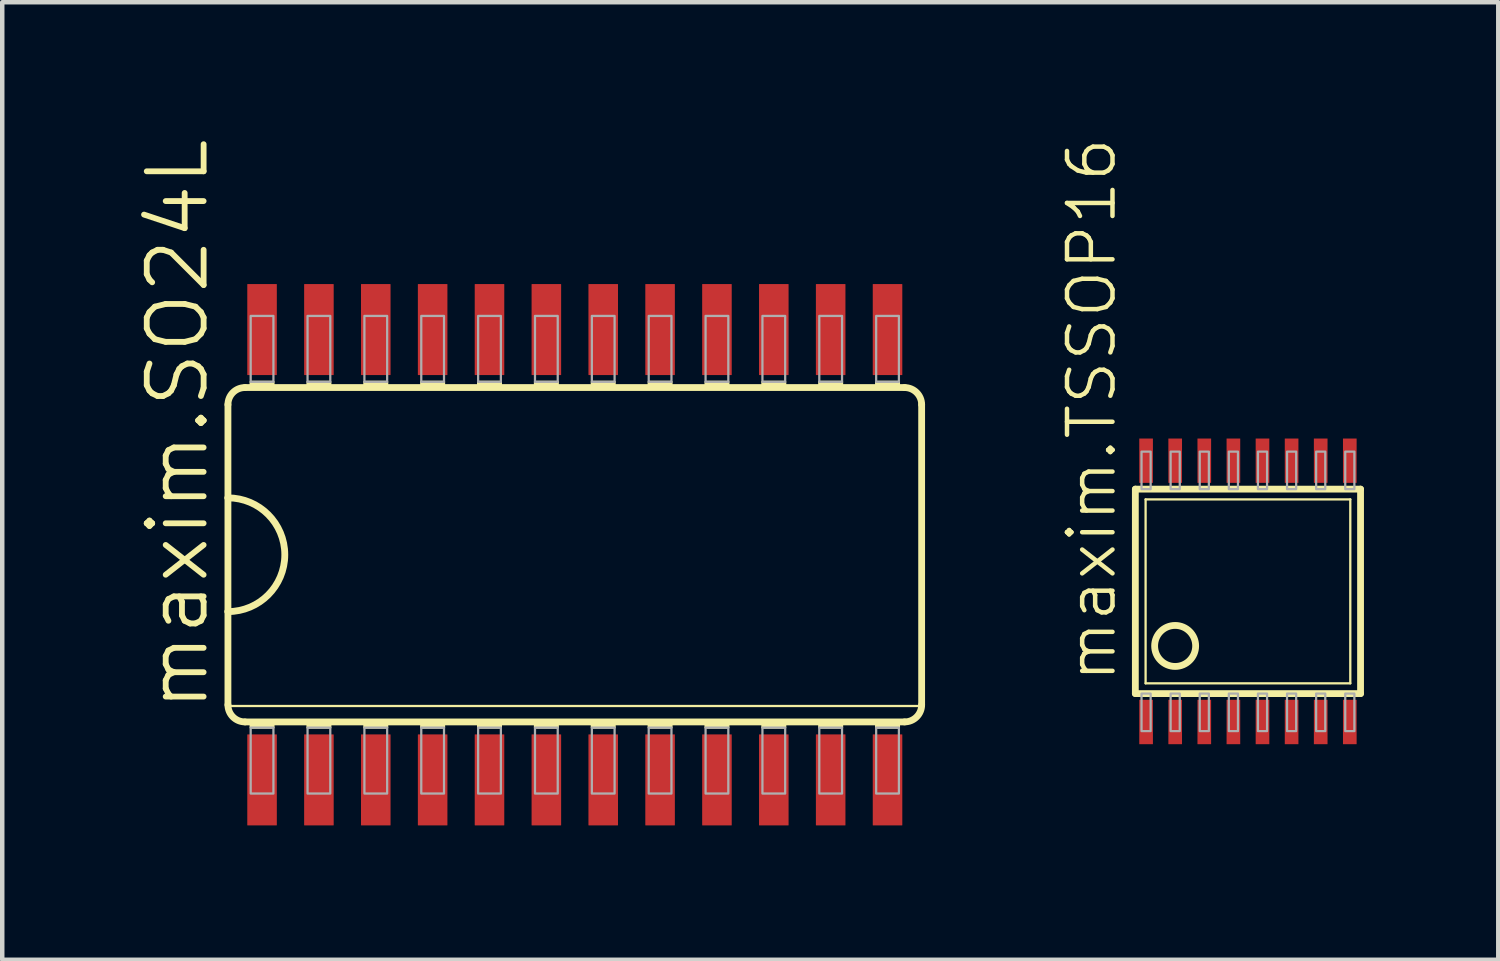
<source format=kicad_pcb>
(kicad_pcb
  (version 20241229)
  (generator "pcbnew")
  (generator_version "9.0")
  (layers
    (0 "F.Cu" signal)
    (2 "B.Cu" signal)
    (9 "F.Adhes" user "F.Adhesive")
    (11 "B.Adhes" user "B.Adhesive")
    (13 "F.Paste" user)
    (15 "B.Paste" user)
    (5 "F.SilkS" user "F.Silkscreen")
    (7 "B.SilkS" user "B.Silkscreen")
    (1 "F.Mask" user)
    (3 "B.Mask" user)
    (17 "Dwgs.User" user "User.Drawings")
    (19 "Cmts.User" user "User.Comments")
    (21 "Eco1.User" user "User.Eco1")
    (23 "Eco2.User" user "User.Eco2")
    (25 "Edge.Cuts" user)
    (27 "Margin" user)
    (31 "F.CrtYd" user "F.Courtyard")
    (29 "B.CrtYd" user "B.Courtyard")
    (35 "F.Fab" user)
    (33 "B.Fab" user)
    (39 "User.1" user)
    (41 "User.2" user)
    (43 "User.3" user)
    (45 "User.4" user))
  (footprint "maxim.SO24L"
    (layer "F.Cu")
    (at 9.788 9.34)
    (property "Reference" "maxim.SO24L" (at -8.128 3.556 90) (layer "F.SilkS") (effects (font (size 1.27 1.27) (thickness 0.13)) (justify left bottom)))
    (attr smd)
    (fp_line (start -7.747 -3.353) (end -7.747 -1.27) (stroke (width 0.152) (type default)) (layer "F.SilkS"))
    (fp_line (start -7.747 -1.27) (end -7.747 1.27) (stroke (width 0.152) (type default)) (layer "F.SilkS"))
    (fp_line (start -7.747 1.27) (end -7.747 3.353) (stroke (width 0.152) (type default)) (layer "F.SilkS"))
    (fp_line (start -7.747 3.378) (end 7.747 3.378) (stroke (width 0.051) (type default)) (layer "F.SilkS"))
    (fp_line (start -7.366 3.734) (end 7.366 3.734) (stroke (width 0.152) (type default)) (layer "F.SilkS"))
    (fp_line (start 7.366 -3.734) (end -7.366 -3.734) (stroke (width 0.152) (type default)) (layer "F.SilkS"))
    (fp_line (start 7.747 3.353) (end 7.747 -3.353) (stroke (width 0.152) (type default)) (layer "F.SilkS"))
    (fp_rect (start -7.239 -3.734) (end -6.731 -3.861) (stroke (width 0.05) (type default)) (fill yes) (layer "F.SilkS"))
    (fp_rect (start -7.239 3.861) (end -6.731 3.734) (stroke (width 0.05) (type default)) (fill yes) (layer "F.SilkS"))
    (fp_rect (start -5.969 -3.734) (end -5.461 -3.861) (stroke (width 0.05) (type default)) (fill yes) (layer "F.SilkS"))
    (fp_rect (start -5.969 3.861) (end -5.461 3.734) (stroke (width 0.05) (type default)) (fill yes) (layer "F.SilkS"))
    (fp_rect (start -4.699 -3.734) (end -4.191 -3.861) (stroke (width 0.05) (type default)) (fill yes) (layer "F.SilkS"))
    (fp_rect (start -4.699 3.861) (end -4.191 3.734) (stroke (width 0.05) (type default)) (fill yes) (layer "F.SilkS"))
    (fp_rect (start -3.429 -3.734) (end -2.921 -3.861) (stroke (width 0.05) (type default)) (fill yes) (layer "F.SilkS"))
    (fp_rect (start -3.429 3.861) (end -2.921 3.734) (stroke (width 0.05) (type default)) (fill yes) (layer "F.SilkS"))
    (fp_rect (start -2.159 -3.734) (end -1.651 -3.861) (stroke (width 0.05) (type default)) (fill yes) (layer "F.SilkS"))
    (fp_rect (start -2.159 3.861) (end -1.651 3.734) (stroke (width 0.05) (type default)) (fill yes) (layer "F.SilkS"))
    (fp_rect (start -0.889 -3.734) (end -0.381 -3.861) (stroke (width 0.05) (type default)) (fill yes) (layer "F.SilkS"))
    (fp_rect (start -0.889 3.861) (end -0.381 3.734) (stroke (width 0.05) (type default)) (fill yes) (layer "F.SilkS"))
    (fp_rect (start 0.381 -3.734) (end 0.889 -3.861) (stroke (width 0.05) (type default)) (fill yes) (layer "F.SilkS"))
    (fp_rect (start 0.381 3.861) (end 0.889 3.734) (stroke (width 0.05) (type default)) (fill yes) (layer "F.SilkS"))
    (fp_rect (start 1.651 -3.734) (end 2.159 -3.861) (stroke (width 0.05) (type default)) (fill yes) (layer "F.SilkS"))
    (fp_rect (start 1.651 3.861) (end 2.159 3.734) (stroke (width 0.05) (type default)) (fill yes) (layer "F.SilkS"))
    (fp_rect (start 2.921 -3.734) (end 3.429 -3.861) (stroke (width 0.05) (type default)) (fill yes) (layer "F.SilkS"))
    (fp_rect (start 2.921 3.861) (end 3.429 3.734) (stroke (width 0.05) (type default)) (fill yes) (layer "F.SilkS"))
    (fp_rect (start 4.191 -3.734) (end 4.699 -3.861) (stroke (width 0.05) (type default)) (fill yes) (layer "F.SilkS"))
    (fp_rect (start 4.191 3.861) (end 4.699 3.734) (stroke (width 0.05) (type default)) (fill yes) (layer "F.SilkS"))
    (fp_rect (start 5.461 -3.734) (end 5.969 -3.861) (stroke (width 0.05) (type default)) (fill yes) (layer "F.SilkS"))
    (fp_rect (start 5.461 3.861) (end 5.969 3.734) (stroke (width 0.05) (type default)) (fill yes) (layer "F.SilkS"))
    (fp_rect (start 6.731 -3.734) (end 7.239 -3.861) (stroke (width 0.05) (type default)) (fill yes) (layer "F.SilkS"))
    (fp_rect (start 6.731 3.861) (end 7.239 3.734) (stroke (width 0.05) (type default)) (fill yes) (layer "F.SilkS"))
    (fp_arc (start -7.747 -3.3528) (mid -7.635408 -3.622208) (end -7.366 -3.7338) (stroke (width 0.1524) (type default)) (layer "F.SilkS"))
    (fp_arc (start -7.747 -1.27) (mid -6.477 0) (end -7.747 1.27) (stroke (width 0.1524) (type default)) (layer "F.SilkS"))
    (fp_arc (start -7.366 3.7338) (mid -7.635408 3.622208) (end -7.747 3.3528) (stroke (width 0.1524) (type default)) (layer "F.SilkS"))
    (fp_arc (start 7.366 -3.7338) (mid 7.635408 -3.622208) (end 7.747 -3.3528) (stroke (width 0.1524) (type default)) (layer "F.SilkS"))
    (fp_arc (start 7.747 3.3528) (mid 7.635408 3.622208) (end 7.366 3.7338) (stroke (width 0.1524) (type default)) (layer "F.SilkS"))
    (fp_rect (start -7.239 -3.861) (end -6.731 -5.334) (stroke (width 0.05) (type default)) (fill no) (layer "F.Fab"))
    (fp_rect (start -7.239 5.334) (end -6.731 3.861) (stroke (width 0.05) (type default)) (fill no) (layer "F.Fab"))
    (fp_rect (start -5.969 -3.861) (end -5.461 -5.334) (stroke (width 0.05) (type default)) (fill no) (layer "F.Fab"))
    (fp_rect (start -5.969 5.334) (end -5.461 3.861) (stroke (width 0.05) (type default)) (fill no) (layer "F.Fab"))
    (fp_rect (start -4.699 -3.861) (end -4.191 -5.334) (stroke (width 0.05) (type default)) (fill no) (layer "F.Fab"))
    (fp_rect (start -4.699 5.334) (end -4.191 3.861) (stroke (width 0.05) (type default)) (fill no) (layer "F.Fab"))
    (fp_rect (start -3.429 -3.861) (end -2.921 -5.334) (stroke (width 0.05) (type default)) (fill no) (layer "F.Fab"))
    (fp_rect (start -3.429 5.334) (end -2.921 3.861) (stroke (width 0.05) (type default)) (fill no) (layer "F.Fab"))
    (fp_rect (start -2.159 -3.861) (end -1.651 -5.334) (stroke (width 0.05) (type default)) (fill no) (layer "F.Fab"))
    (fp_rect (start -2.159 5.334) (end -1.651 3.861) (stroke (width 0.05) (type default)) (fill no) (layer "F.Fab"))
    (fp_rect (start -0.889 -3.861) (end -0.381 -5.334) (stroke (width 0.05) (type default)) (fill no) (layer "F.Fab"))
    (fp_rect (start -0.889 5.334) (end -0.381 3.861) (stroke (width 0.05) (type default)) (fill no) (layer "F.Fab"))
    (fp_rect (start 0.381 -3.861) (end 0.889 -5.334) (stroke (width 0.05) (type default)) (fill no) (layer "F.Fab"))
    (fp_rect (start 0.381 5.334) (end 0.889 3.861) (stroke (width 0.05) (type default)) (fill no) (layer "F.Fab"))
    (fp_rect (start 1.651 -3.861) (end 2.159 -5.334) (stroke (width 0.05) (type default)) (fill no) (layer "F.Fab"))
    (fp_rect (start 1.651 5.334) (end 2.159 3.861) (stroke (width 0.05) (type default)) (fill no) (layer "F.Fab"))
    (fp_rect (start 2.921 -3.861) (end 3.429 -5.334) (stroke (width 0.05) (type default)) (fill no) (layer "F.Fab"))
    (fp_rect (start 2.921 5.334) (end 3.429 3.861) (stroke (width 0.05) (type default)) (fill no) (layer "F.Fab"))
    (fp_rect (start 4.191 -3.861) (end 4.699 -5.334) (stroke (width 0.05) (type default)) (fill no) (layer "F.Fab"))
    (fp_rect (start 4.191 5.334) (end 4.699 3.861) (stroke (width 0.05) (type default)) (fill no) (layer "F.Fab"))
    (fp_rect (start 5.461 -3.861) (end 5.969 -5.334) (stroke (width 0.05) (type default)) (fill no) (layer "F.Fab"))
    (fp_rect (start 5.461 5.334) (end 5.969 3.861) (stroke (width 0.05) (type default)) (fill no) (layer "F.Fab"))
    (fp_rect (start 6.731 -3.861) (end 7.239 -5.334) (stroke (width 0.05) (type default)) (fill no) (layer "F.Fab"))
    (fp_rect (start 6.731 5.334) (end 7.239 3.861) (stroke (width 0.05) (type default)) (fill no) (layer "F.Fab"))
    (pad "1" smd roundrect (at -6.985 5.029) (size 0.66 2.032) (layers "F.Cu" "F.Mask" "F.Paste") (roundrect_rratio 0.01))
    (pad "2" smd roundrect (at -5.715 5.029) (size 0.66 2.032) (layers "F.Cu" "F.Mask" "F.Paste") (roundrect_rratio 0.01))
    (pad "3" smd roundrect (at -4.445 5.029) (size 0.66 2.032) (layers "F.Cu" "F.Mask" "F.Paste") (roundrect_rratio 0.01))
    (pad "4" smd roundrect (at -3.175 5.029) (size 0.66 2.032) (layers "F.Cu" "F.Mask" "F.Paste") (roundrect_rratio 0.01))
    (pad "5" smd roundrect (at -1.905 5.029) (size 0.66 2.032) (layers "F.Cu" "F.Mask" "F.Paste") (roundrect_rratio 0.01))
    (pad "6" smd roundrect (at -0.635 5.029) (size 0.66 2.032) (layers "F.Cu" "F.Mask" "F.Paste") (roundrect_rratio 0.01))
    (pad "7" smd roundrect (at 0.635 5.029) (size 0.66 2.032) (layers "F.Cu" "F.Mask" "F.Paste") (roundrect_rratio 0.01))
    (pad "8" smd roundrect (at 1.905 5.029) (size 0.66 2.032) (layers "F.Cu" "F.Mask" "F.Paste") (roundrect_rratio 0.01))
    (pad "9" smd roundrect (at 3.175 5.029) (size 0.66 2.032) (layers "F.Cu" "F.Mask" "F.Paste") (roundrect_rratio 0.01))
    (pad "10" smd roundrect (at 4.445 5.029) (size 0.66 2.032) (layers "F.Cu" "F.Mask" "F.Paste") (roundrect_rratio 0.01))
    (pad "11" smd roundrect (at 5.715 5.029) (size 0.66 2.032) (layers "F.Cu" "F.Mask" "F.Paste") (roundrect_rratio 0.01))
    (pad "12" smd roundrect (at 6.985 5.029) (size 0.66 2.032) (layers "F.Cu" "F.Mask" "F.Paste") (roundrect_rratio 0.01))
    (pad "13" smd roundrect (at 6.985 -5.029) (size 0.66 2.032) (layers "F.Cu" "F.Mask" "F.Paste") (roundrect_rratio 0.01))
    (pad "14" smd roundrect (at 5.715 -5.029) (size 0.66 2.032) (layers "F.Cu" "F.Mask" "F.Paste") (roundrect_rratio 0.01))
    (pad "15" smd roundrect (at 4.445 -5.029) (size 0.66 2.032) (layers "F.Cu" "F.Mask" "F.Paste") (roundrect_rratio 0.01))
    (pad "16" smd roundrect (at 3.175 -5.029) (size 0.66 2.032) (layers "F.Cu" "F.Mask" "F.Paste") (roundrect_rratio 0.01))
    (pad "17" smd roundrect (at 1.905 -5.029) (size 0.66 2.032) (layers "F.Cu" "F.Mask" "F.Paste") (roundrect_rratio 0.01))
    (pad "18" smd roundrect (at 0.635 -5.029) (size 0.66 2.032) (layers "F.Cu" "F.Mask" "F.Paste") (roundrect_rratio 0.01))
    (pad "19" smd roundrect (at -0.635 -5.029) (size 0.66 2.032) (layers "F.Cu" "F.Mask" "F.Paste") (roundrect_rratio 0.01))
    (pad "20" smd roundrect (at -1.905 -5.029) (size 0.66 2.032) (layers "F.Cu" "F.Mask" "F.Paste") (roundrect_rratio 0.01))
    (pad "21" smd roundrect (at -3.175 -5.029) (size 0.66 2.032) (layers "F.Cu" "F.Mask" "F.Paste") (roundrect_rratio 0.01))
    (pad "22" smd roundrect (at -4.445 -5.029) (size 0.66 2.032) (layers "F.Cu" "F.Mask" "F.Paste") (roundrect_rratio 0.01))
    (pad "23" smd roundrect (at -5.715 -5.029) (size 0.66 2.032) (layers "F.Cu" "F.Mask" "F.Paste") (roundrect_rratio 0.01))
    (pad "24" smd roundrect (at -6.985 -5.029) (size 0.66 2.032) (layers "F.Cu" "F.Mask" "F.Paste") (roundrect_rratio 0.01)))
  (footprint "maxim.TSSOP16"
    (layer "F.Cu")
    (at 24.823 10.158)
    (property "Reference" "maxim.TSSOP16" (at -2.896 2.083 90) (layer "F.SilkS") (effects (font (size 1.016 1.016) (thickness 0.1)) (justify left bottom)))
    (attr smd)
    (fp_line (start -2.515 2.283) (end -2.515 -2.283) (stroke (width 0.152) (type default)) (layer "F.SilkS"))
    (fp_line (start -2.515 2.283) (end 2.515 2.283) (stroke (width 0.152) (type default)) (layer "F.SilkS"))
    (fp_line (start -2.286 2.054) (end -2.286 -2.054) (stroke (width 0.051) (type default)) (layer "F.SilkS"))
    (fp_line (start -2.286 2.054) (end 2.286 2.054) (stroke (width 0.051) (type default)) (layer "F.SilkS"))
    (fp_line (start 2.286 -2.054) (end -2.286 -2.054) (stroke (width 0.051) (type default)) (layer "F.SilkS"))
    (fp_line (start 2.286 -2.054) (end 2.286 2.054) (stroke (width 0.051) (type default)) (layer "F.SilkS"))
    (fp_line (start 2.515 -2.283) (end -2.515 -2.283) (stroke (width 0.152) (type default)) (layer "F.SilkS"))
    (fp_line (start 2.515 -2.283) (end 2.515 2.283) (stroke (width 0.152) (type default)) (layer "F.SilkS"))
    (fp_circle (center -1.626 1.219) (end -1.168 1.219) (stroke (width 0.152) (type default)) (fill no) (layer "F.SilkS"))
    (fp_rect (start -2.377 -2.283) (end -2.173 -3.121) (stroke (width 0.05) (type default)) (fill no) (layer "F.Fab"))
    (fp_rect (start -2.377 3.121) (end -2.173 2.283) (stroke (width 0.05) (type default)) (fill no) (layer "F.Fab"))
    (fp_rect (start -1.727 -2.283) (end -1.523 -3.121) (stroke (width 0.05) (type default)) (fill no) (layer "F.Fab"))
    (fp_rect (start -1.727 3.121) (end -1.523 2.283) (stroke (width 0.05) (type default)) (fill no) (layer "F.Fab"))
    (fp_rect (start -1.077 -2.283) (end -0.873 -3.121) (stroke (width 0.05) (type default)) (fill no) (layer "F.Fab"))
    (fp_rect (start -1.077 3.121) (end -0.873 2.283) (stroke (width 0.05) (type default)) (fill no) (layer "F.Fab"))
    (fp_rect (start -0.427 -2.283) (end -0.223 -3.121) (stroke (width 0.05) (type default)) (fill no) (layer "F.Fab"))
    (fp_rect (start -0.427 3.121) (end -0.223 2.283) (stroke (width 0.05) (type default)) (fill no) (layer "F.Fab"))
    (fp_rect (start 0.223 -2.283) (end 0.427 -3.121) (stroke (width 0.05) (type default)) (fill no) (layer "F.Fab"))
    (fp_rect (start 0.223 3.121) (end 0.427 2.283) (stroke (width 0.05) (type default)) (fill no) (layer "F.Fab"))
    (fp_rect (start 0.873 -2.283) (end 1.077 -3.121) (stroke (width 0.05) (type default)) (fill no) (layer "F.Fab"))
    (fp_rect (start 0.873 3.121) (end 1.077 2.283) (stroke (width 0.05) (type default)) (fill no) (layer "F.Fab"))
    (fp_rect (start 1.523 -2.283) (end 1.727 -3.121) (stroke (width 0.05) (type default)) (fill no) (layer "F.Fab"))
    (fp_rect (start 1.523 3.121) (end 1.727 2.283) (stroke (width 0.05) (type default)) (fill no) (layer "F.Fab"))
    (fp_rect (start 2.173 -2.283) (end 2.377 -3.121) (stroke (width 0.05) (type default)) (fill no) (layer "F.Fab"))
    (fp_rect (start 2.173 3.121) (end 2.377 2.283) (stroke (width 0.05) (type default)) (fill no) (layer "F.Fab"))
    (pad "1" smd roundrect (at -2.275 2.918) (size 0.305 0.991) (layers "F.Cu" "F.Mask" "F.Paste") (roundrect_rratio 0.01))
    (pad "2" smd roundrect (at -1.625 2.918) (size 0.305 0.991) (layers "F.Cu" "F.Mask" "F.Paste") (roundrect_rratio 0.01))
    (pad "3" smd roundrect (at -0.975 2.918) (size 0.305 0.991) (layers "F.Cu" "F.Mask" "F.Paste") (roundrect_rratio 0.01))
    (pad "4" smd roundrect (at -0.325 2.918) (size 0.305 0.991) (layers "F.Cu" "F.Mask" "F.Paste") (roundrect_rratio 0.01))
    (pad "5" smd roundrect (at 0.325 2.918) (size 0.305 0.991) (layers "F.Cu" "F.Mask" "F.Paste") (roundrect_rratio 0.01))
    (pad "6" smd roundrect (at 0.975 2.918) (size 0.305 0.991) (layers "F.Cu" "F.Mask" "F.Paste") (roundrect_rratio 0.01))
    (pad "7" smd roundrect (at 1.625 2.918) (size 0.305 0.991) (layers "F.Cu" "F.Mask" "F.Paste") (roundrect_rratio 0.01))
    (pad "8" smd roundrect (at 2.275 2.918) (size 0.305 0.991) (layers "F.Cu" "F.Mask" "F.Paste") (roundrect_rratio 0.01))
    (pad "9" smd roundrect (at 2.275 -2.918) (size 0.305 0.991) (layers "F.Cu" "F.Mask" "F.Paste") (roundrect_rratio 0.01))
    (pad "10" smd roundrect (at 1.625 -2.918) (size 0.305 0.991) (layers "F.Cu" "F.Mask" "F.Paste") (roundrect_rratio 0.01))
    (pad "11" smd roundrect (at 0.975 -2.918) (size 0.305 0.991) (layers "F.Cu" "F.Mask" "F.Paste") (roundrect_rratio 0.01))
    (pad "12" smd roundrect (at 0.325 -2.918) (size 0.305 0.991) (layers "F.Cu" "F.Mask" "F.Paste") (roundrect_rratio 0.01))
    (pad "13" smd roundrect (at -0.325 -2.918) (size 0.305 0.991) (layers "F.Cu" "F.Mask" "F.Paste") (roundrect_rratio 0.01))
    (pad "14" smd roundrect (at -0.975 -2.918) (size 0.305 0.991) (layers "F.Cu" "F.Mask" "F.Paste") (roundrect_rratio 0.01))
    (pad "15" smd roundrect (at -1.625 -2.918) (size 0.305 0.991) (layers "F.Cu" "F.Mask" "F.Paste") (roundrect_rratio 0.01))
    (pad "16" smd roundrect (at -2.275 -2.918) (size 0.305 0.991) (layers "F.Cu" "F.Mask" "F.Paste") (roundrect_rratio 0.01)))
  (gr_rect
    (start -3 -3)
    (end 30.414 18.386)
    (stroke (width 0.1) (type default))
    (fill no)
    (layer "Edge.Cuts")))
</source>
